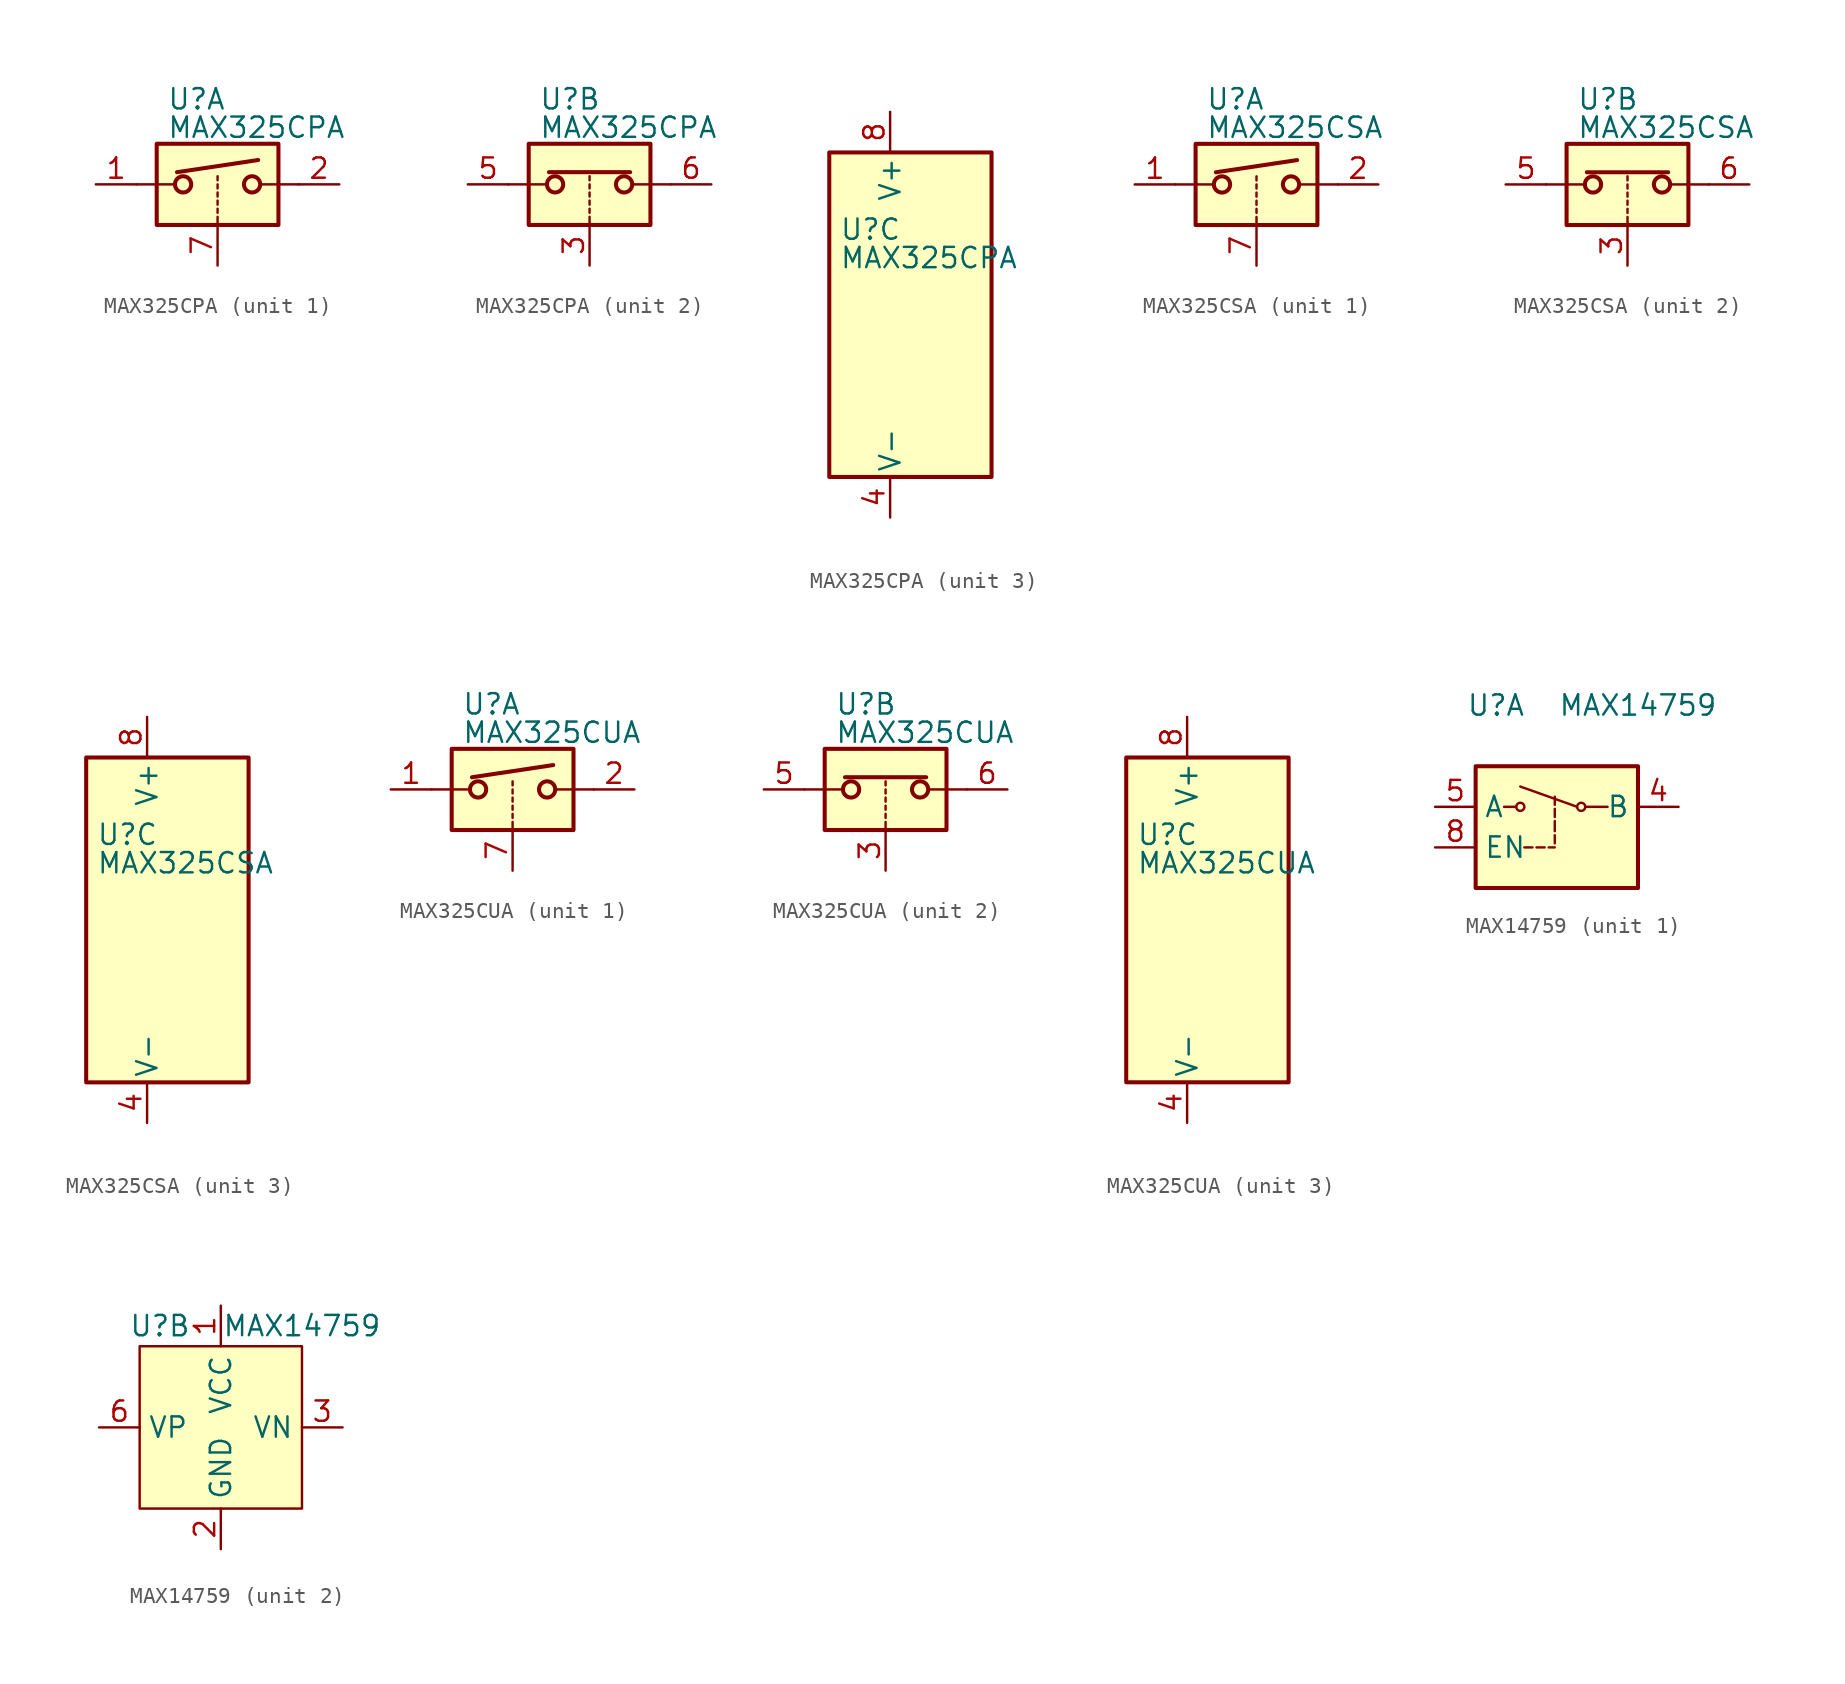
<source format=kicad_sym>
(kicad_symbol_lib
  (version 20241209)
  (generator "kicad_symbol_editor")
  (generator_version "9.0")
  (symbol "MAX325CPA"
    (pin_names
      (offset 0.254))
    (property "Reference" "U"
      (at -3.175 5.334 0)
      (effects (font (size 1.27 1.27)) (justify left)))
    (property "Value" "MAX325CPA"
      (at -3.175 3.556 0)
      (effects (font (size 1.27 1.27)) (justify left)))
    (symbol "MAX325CPA_1_1"
      (polyline (pts (xy -5.08 0) (xy -2.794 0)) (stroke (width 0) (type default)) (fill (type none)))
      (rectangle (start -3.81 2.54) (end 3.81 -2.54) (stroke (width 0.254) (type default)) (fill (type background)))
      (polyline (pts (xy -2.54 0.762) (xy 2.54 1.524)) (stroke (width 0.254) (type default)) (fill (type none)))
      (circle (center -2.159 0) (radius 0.508) (stroke (width 0.254) (type default)) (fill (type none)))
      (polyline (pts (xy 0 0.254) (xy 0 0.508)) (stroke (width 0) (type default)) (fill (type none)))
      (polyline (pts (xy 0 -0.254) (xy 0 0)) (stroke (width 0) (type default)) (fill (type none)))
      (polyline (pts (xy 0 -0.762) (xy 0 -0.508)) (stroke (width 0) (type default)) (fill (type none)))
      (polyline (pts (xy 0 -1.27) (xy 0 -1.016)) (stroke (width 0) (type default)) (fill (type none)))
      (polyline (pts (xy 0 -1.778) (xy 0 -1.524)) (stroke (width 0) (type default)) (fill (type none)))
      (polyline (pts (xy 0 -2.54) (xy 0 -2.032)) (stroke (width 0) (type default)) (fill (type none)))
      (circle (center 2.159 0) (radius 0.508) (stroke (width 0.254) (type default)) (fill (type none)))
      (polyline (pts (xy 5.08 0) (xy 2.794 0)) (stroke (width 0) (type default)) (fill (type none)))
      (pin passive line (at -7.62 0 0) (length 2.54) (name "~" (effects (font (size 1.27 1.27)))) (number "1" (effects (font (size 1.27 1.27)))))
      (pin input line (at 0 -5.08 90) (length 2.54) (name "~" (effects (font (size 1.27 1.27)))) (number "7" (effects (font (size 1.27 1.27)))))
      (pin passive line (at 7.62 0 180) (length 2.54) (name "~" (effects (font (size 1.27 1.27)))) (number "2" (effects (font (size 1.27 1.27))))))
    (symbol "MAX325CPA_2_1"
      (polyline (pts (xy -5.08 0) (xy -2.794 0)) (stroke (width 0) (type default)) (fill (type none)))
      (rectangle (start -3.81 2.54) (end 3.81 -2.54) (stroke (width 0.254) (type default)) (fill (type background)))
      (polyline (pts (xy -2.54 0.762) (xy 2.54 0.762)) (stroke (width 0.254) (type default)) (fill (type none)))
      (circle (center -2.159 0) (radius 0.508) (stroke (width 0.254) (type default)) (fill (type none)))
      (polyline (pts (xy 0 0.254) (xy 0 0.508)) (stroke (width 0) (type default)) (fill (type none)))
      (polyline (pts (xy 0 -0.254) (xy 0 0)) (stroke (width 0) (type default)) (fill (type none)))
      (polyline (pts (xy 0 -0.762) (xy 0 -0.508)) (stroke (width 0) (type default)) (fill (type none)))
      (polyline (pts (xy 0 -1.27) (xy 0 -1.016)) (stroke (width 0) (type default)) (fill (type none)))
      (polyline (pts (xy 0 -1.778) (xy 0 -1.524)) (stroke (width 0) (type default)) (fill (type none)))
      (polyline (pts (xy 0 -2.54) (xy 0 -2.032)) (stroke (width 0) (type default)) (fill (type none)))
      (circle (center 2.159 0) (radius 0.508) (stroke (width 0.254) (type default)) (fill (type none)))
      (polyline (pts (xy 5.08 0) (xy 2.794 0)) (stroke (width 0) (type default)) (fill (type none)))
      (pin passive line (at -7.62 0 0) (length 2.54) (name "~" (effects (font (size 1.27 1.27)))) (number "5" (effects (font (size 1.27 1.27)))))
      (pin input line (at 0 -5.08 90) (length 2.54) (name "~" (effects (font (size 1.27 1.27)))) (number "3" (effects (font (size 1.27 1.27)))))
      (pin passive line (at 7.62 0 180) (length 2.54) (name "~" (effects (font (size 1.27 1.27)))) (number "6" (effects (font (size 1.27 1.27))))))
    (symbol "MAX325CPA_3_0"
      (pin power_in line (at 0 12.7 270) (length 2.54) (name "V+" (effects (font (size 1.27 1.27)))) (number "8" (effects (font (size 1.27 1.27)))))
      (pin power_in line (at 0 -12.7 90) (length 2.54) (name "V-" (effects (font (size 1.27 1.27)))) (number "4" (effects (font (size 1.27 1.27))))))
    (symbol "MAX325CPA_3_1"
      (rectangle (start -3.81 10.16) (end 6.35 -10.16) (stroke (width 0.254) (type default)) (fill (type background)))))
  (symbol "MAX325CSA"
    (pin_names
      (offset 0.254))
    (property "Reference" "U"
      (at -3.175 5.334 0)
      (effects (font (size 1.27 1.27)) (justify left)))
    (property "Value" "MAX325CSA"
      (at -3.175 3.556 0)
      (effects (font (size 1.27 1.27)) (justify left)))
    (symbol "MAX325CSA_1_1"
      (polyline (pts (xy -5.08 0) (xy -2.794 0)) (stroke (width 0) (type default)) (fill (type none)))
      (rectangle (start -3.81 2.54) (end 3.81 -2.54) (stroke (width 0.254) (type default)) (fill (type background)))
      (polyline (pts (xy -2.54 0.762) (xy 2.54 1.524)) (stroke (width 0.254) (type default)) (fill (type none)))
      (circle (center -2.159 0) (radius 0.508) (stroke (width 0.254) (type default)) (fill (type none)))
      (polyline (pts (xy 0 0.254) (xy 0 0.508)) (stroke (width 0) (type default)) (fill (type none)))
      (polyline (pts (xy 0 -0.254) (xy 0 0)) (stroke (width 0) (type default)) (fill (type none)))
      (polyline (pts (xy 0 -0.762) (xy 0 -0.508)) (stroke (width 0) (type default)) (fill (type none)))
      (polyline (pts (xy 0 -1.27) (xy 0 -1.016)) (stroke (width 0) (type default)) (fill (type none)))
      (polyline (pts (xy 0 -1.778) (xy 0 -1.524)) (stroke (width 0) (type default)) (fill (type none)))
      (polyline (pts (xy 0 -2.54) (xy 0 -2.032)) (stroke (width 0) (type default)) (fill (type none)))
      (circle (center 2.159 0) (radius 0.508) (stroke (width 0.254) (type default)) (fill (type none)))
      (polyline (pts (xy 5.08 0) (xy 2.794 0)) (stroke (width 0) (type default)) (fill (type none)))
      (pin passive line (at -7.62 0 0) (length 2.54) (name "~" (effects (font (size 1.27 1.27)))) (number "1" (effects (font (size 1.27 1.27)))))
      (pin input line (at 0 -5.08 90) (length 2.54) (name "~" (effects (font (size 1.27 1.27)))) (number "7" (effects (font (size 1.27 1.27)))))
      (pin passive line (at 7.62 0 180) (length 2.54) (name "~" (effects (font (size 1.27 1.27)))) (number "2" (effects (font (size 1.27 1.27))))))
    (symbol "MAX325CSA_2_1"
      (polyline (pts (xy -5.08 0) (xy -2.794 0)) (stroke (width 0) (type default)) (fill (type none)))
      (rectangle (start -3.81 2.54) (end 3.81 -2.54) (stroke (width 0.254) (type default)) (fill (type background)))
      (polyline (pts (xy -2.54 0.762) (xy 2.54 0.762)) (stroke (width 0.254) (type default)) (fill (type none)))
      (circle (center -2.159 0) (radius 0.508) (stroke (width 0.254) (type default)) (fill (type none)))
      (polyline (pts (xy 0 0.254) (xy 0 0.508)) (stroke (width 0) (type default)) (fill (type none)))
      (polyline (pts (xy 0 -0.254) (xy 0 0)) (stroke (width 0) (type default)) (fill (type none)))
      (polyline (pts (xy 0 -0.762) (xy 0 -0.508)) (stroke (width 0) (type default)) (fill (type none)))
      (polyline (pts (xy 0 -1.27) (xy 0 -1.016)) (stroke (width 0) (type default)) (fill (type none)))
      (polyline (pts (xy 0 -1.778) (xy 0 -1.524)) (stroke (width 0) (type default)) (fill (type none)))
      (polyline (pts (xy 0 -2.54) (xy 0 -2.032)) (stroke (width 0) (type default)) (fill (type none)))
      (circle (center 2.159 0) (radius 0.508) (stroke (width 0.254) (type default)) (fill (type none)))
      (polyline (pts (xy 5.08 0) (xy 2.794 0)) (stroke (width 0) (type default)) (fill (type none)))
      (pin passive line (at -7.62 0 0) (length 2.54) (name "~" (effects (font (size 1.27 1.27)))) (number "5" (effects (font (size 1.27 1.27)))))
      (pin input line (at 0 -5.08 90) (length 2.54) (name "~" (effects (font (size 1.27 1.27)))) (number "3" (effects (font (size 1.27 1.27)))))
      (pin passive line (at 7.62 0 180) (length 2.54) (name "~" (effects (font (size 1.27 1.27)))) (number "6" (effects (font (size 1.27 1.27))))))
    (symbol "MAX325CSA_3_0"
      (pin power_in line (at 0 12.7 270) (length 2.54) (name "V+" (effects (font (size 1.27 1.27)))) (number "8" (effects (font (size 1.27 1.27)))))
      (pin power_in line (at 0 -12.7 90) (length 2.54) (name "V-" (effects (font (size 1.27 1.27)))) (number "4" (effects (font (size 1.27 1.27))))))
    (symbol "MAX325CSA_3_1"
      (rectangle (start -3.81 10.16) (end 6.35 -10.16) (stroke (width 0.254) (type default)) (fill (type background)))))
  (symbol "MAX325CUA"
    (pin_names
      (offset 0.254))
    (property "Reference" "U"
      (at -3.175 5.334 0)
      (effects (font (size 1.27 1.27)) (justify left)))
    (property "Value" "MAX325CUA"
      (at -3.175 3.556 0)
      (effects (font (size 1.27 1.27)) (justify left)))
    (symbol "MAX325CUA_1_1"
      (polyline (pts (xy -5.08 0) (xy -2.794 0)) (stroke (width 0) (type default)) (fill (type none)))
      (rectangle (start -3.81 2.54) (end 3.81 -2.54) (stroke (width 0.254) (type default)) (fill (type background)))
      (polyline (pts (xy -2.54 0.762) (xy 2.54 1.524)) (stroke (width 0.254) (type default)) (fill (type none)))
      (circle (center -2.159 0) (radius 0.508) (stroke (width 0.254) (type default)) (fill (type none)))
      (polyline (pts (xy 0 0.254) (xy 0 0.508)) (stroke (width 0) (type default)) (fill (type none)))
      (polyline (pts (xy 0 -0.254) (xy 0 0)) (stroke (width 0) (type default)) (fill (type none)))
      (polyline (pts (xy 0 -0.762) (xy 0 -0.508)) (stroke (width 0) (type default)) (fill (type none)))
      (polyline (pts (xy 0 -1.27) (xy 0 -1.016)) (stroke (width 0) (type default)) (fill (type none)))
      (polyline (pts (xy 0 -1.778) (xy 0 -1.524)) (stroke (width 0) (type default)) (fill (type none)))
      (polyline (pts (xy 0 -2.54) (xy 0 -2.032)) (stroke (width 0) (type default)) (fill (type none)))
      (circle (center 2.159 0) (radius 0.508) (stroke (width 0.254) (type default)) (fill (type none)))
      (polyline (pts (xy 5.08 0) (xy 2.794 0)) (stroke (width 0) (type default)) (fill (type none)))
      (pin passive line (at -7.62 0 0) (length 2.54) (name "~" (effects (font (size 1.27 1.27)))) (number "1" (effects (font (size 1.27 1.27)))))
      (pin input line (at 0 -5.08 90) (length 2.54) (name "~" (effects (font (size 1.27 1.27)))) (number "7" (effects (font (size 1.27 1.27)))))
      (pin passive line (at 7.62 0 180) (length 2.54) (name "~" (effects (font (size 1.27 1.27)))) (number "2" (effects (font (size 1.27 1.27))))))
    (symbol "MAX325CUA_2_1"
      (polyline (pts (xy -5.08 0) (xy -2.794 0)) (stroke (width 0) (type default)) (fill (type none)))
      (rectangle (start -3.81 2.54) (end 3.81 -2.54) (stroke (width 0.254) (type default)) (fill (type background)))
      (polyline (pts (xy -2.54 0.762) (xy 2.54 0.762)) (stroke (width 0.254) (type default)) (fill (type none)))
      (circle (center -2.159 0) (radius 0.508) (stroke (width 0.254) (type default)) (fill (type none)))
      (polyline (pts (xy 0 0.254) (xy 0 0.508)) (stroke (width 0) (type default)) (fill (type none)))
      (polyline (pts (xy 0 -0.254) (xy 0 0)) (stroke (width 0) (type default)) (fill (type none)))
      (polyline (pts (xy 0 -0.762) (xy 0 -0.508)) (stroke (width 0) (type default)) (fill (type none)))
      (polyline (pts (xy 0 -1.27) (xy 0 -1.016)) (stroke (width 0) (type default)) (fill (type none)))
      (polyline (pts (xy 0 -1.778) (xy 0 -1.524)) (stroke (width 0) (type default)) (fill (type none)))
      (polyline (pts (xy 0 -2.54) (xy 0 -2.032)) (stroke (width 0) (type default)) (fill (type none)))
      (circle (center 2.159 0) (radius 0.508) (stroke (width 0.254) (type default)) (fill (type none)))
      (polyline (pts (xy 5.08 0) (xy 2.794 0)) (stroke (width 0) (type default)) (fill (type none)))
      (pin passive line (at -7.62 0 0) (length 2.54) (name "~" (effects (font (size 1.27 1.27)))) (number "5" (effects (font (size 1.27 1.27)))))
      (pin input line (at 0 -5.08 90) (length 2.54) (name "~" (effects (font (size 1.27 1.27)))) (number "3" (effects (font (size 1.27 1.27)))))
      (pin passive line (at 7.62 0 180) (length 2.54) (name "~" (effects (font (size 1.27 1.27)))) (number "6" (effects (font (size 1.27 1.27))))))
    (symbol "MAX325CUA_3_0"
      (pin power_in line (at 0 12.7 270) (length 2.54) (name "V+" (effects (font (size 1.27 1.27)))) (number "8" (effects (font (size 1.27 1.27)))))
      (pin power_in line (at 0 -12.7 90) (length 2.54) (name "V-" (effects (font (size 1.27 1.27)))) (number "4" (effects (font (size 1.27 1.27))))))
    (symbol "MAX325CUA_3_1"
      (rectangle (start -3.81 10.16) (end 6.35 -10.16) (stroke (width 0.254) (type default)) (fill (type background)))))
  (symbol "MAX14759"
    (property "Reference" "U"
      (at -3.81 6.35 0)
      (effects (font (size 1.27 1.27))))
    (property "Value" "MAX14759"
      (at 5.08 6.35 0)
      (effects (font (size 1.27 1.27))))
    (property "ki_locked" ""
      (at 0 0 0)
      (effects (font (size 1.27 1.27))))
    (symbol "MAX14759_1_1"
      (rectangle (start -5.08 -5.08) (end 5.08 2.54) (stroke (width 0.254) (type default)) (fill (type background)))
      (polyline (pts (xy -3.302 0) (xy -2.54 0)) (stroke (width 0) (type default)) (fill (type none)))
      (circle (center -2.286 0) (radius 0.254) (stroke (width 0) (type default)) (fill (type none)))
      (polyline (pts (xy -2.032 -2.54) (xy -1.524 -2.54)) (stroke (width 0) (type default)) (fill (type none)))
      (polyline (pts (xy -1.27 -2.54) (xy -0.762 -2.54)) (stroke (width 0) (type default)) (fill (type none)))
      (polyline (pts (xy -0.508 -2.54) (xy -0.127 -2.54)) (stroke (width 0) (type default)) (fill (type none)))
      (polyline (pts (xy -0.127 0.127) (xy -0.127 0.635)) (stroke (width 0) (type default)) (fill (type none)))
      (polyline (pts (xy -0.127 -0.635) (xy -0.127 -0.127)) (stroke (width 0) (type default)) (fill (type none)))
      (polyline (pts (xy -0.127 -1.524) (xy -0.127 -0.889)) (stroke (width 0) (type default)) (fill (type none)))
      (polyline (pts (xy -0.127 -2.286) (xy -0.127 -1.778)) (stroke (width 0) (type default)) (fill (type none)))
      (polyline (pts (xy 1.27 0) (xy -2.286 1.27)) (stroke (width 0) (type default)) (fill (type none)))
      (circle (center 1.524 0) (radius 0.254) (stroke (width 0) (type default)) (fill (type none)))
      (polyline (pts (xy 3.175 0) (xy 1.778 0)) (stroke (width 0) (type default)) (fill (type none)))
      (pin passive line (at -7.62 0 0) (length 2.54) (name "A" (effects (font (size 1.27 1.27)))) (number "5" (effects (font (size 1.27 1.27)))))
      (pin input line (at -7.62 -2.54 0) (length 2.54) (name "EN" (effects (font (size 1.27 1.27)))) (number "8" (effects (font (size 1.27 1.27)))))
      (pin passive line (at 7.62 0 180) (length 2.54) (name "B" (effects (font (size 1.27 1.27)))) (number "4" (effects (font (size 1.27 1.27))))))
    (symbol "MAX14759_2_1"
      (rectangle (start -5.08 5.08) (end 5.08 -5.08) (stroke (width 0) (type default)) (fill (type background)))
      (pin passive line (at -7.62 0 0) (length 2.54) (name "VP" (effects (font (size 1.27 1.27)))) (number "6" (effects (font (size 1.27 1.27)))))
      (pin no_connect line (at -2.54 2.54 180) (length 2.54) (hide yes) (name "NC" (effects (font (size 1.27 1.27)))) (number "7" (effects (font (size 1.27 1.27)))))
      (pin power_in line (at 0 7.62 270) (length 2.54) (name "VCC" (effects (font (size 1.27 1.27)))) (number "1" (effects (font (size 1.27 1.27)))))
      (pin power_in line (at 0 -7.62 90) (length 2.54) (name "GND" (effects (font (size 1.27 1.27)))) (number "2" (effects (font (size 1.27 1.27)))))
      (pin passive line (at 7.62 0 180) (length 2.54) (name "VN" (effects (font (size 1.27 1.27)))) (number "3" (effects (font (size 1.27 1.27)))))
      (pin passive line (at 7.62 0 180) (length 2.54) (hide yes) (name "VN" (effects (font (size 1.27 1.27)))) (number "9" (effects (font (size 1.27 1.27))))))))
</source>
